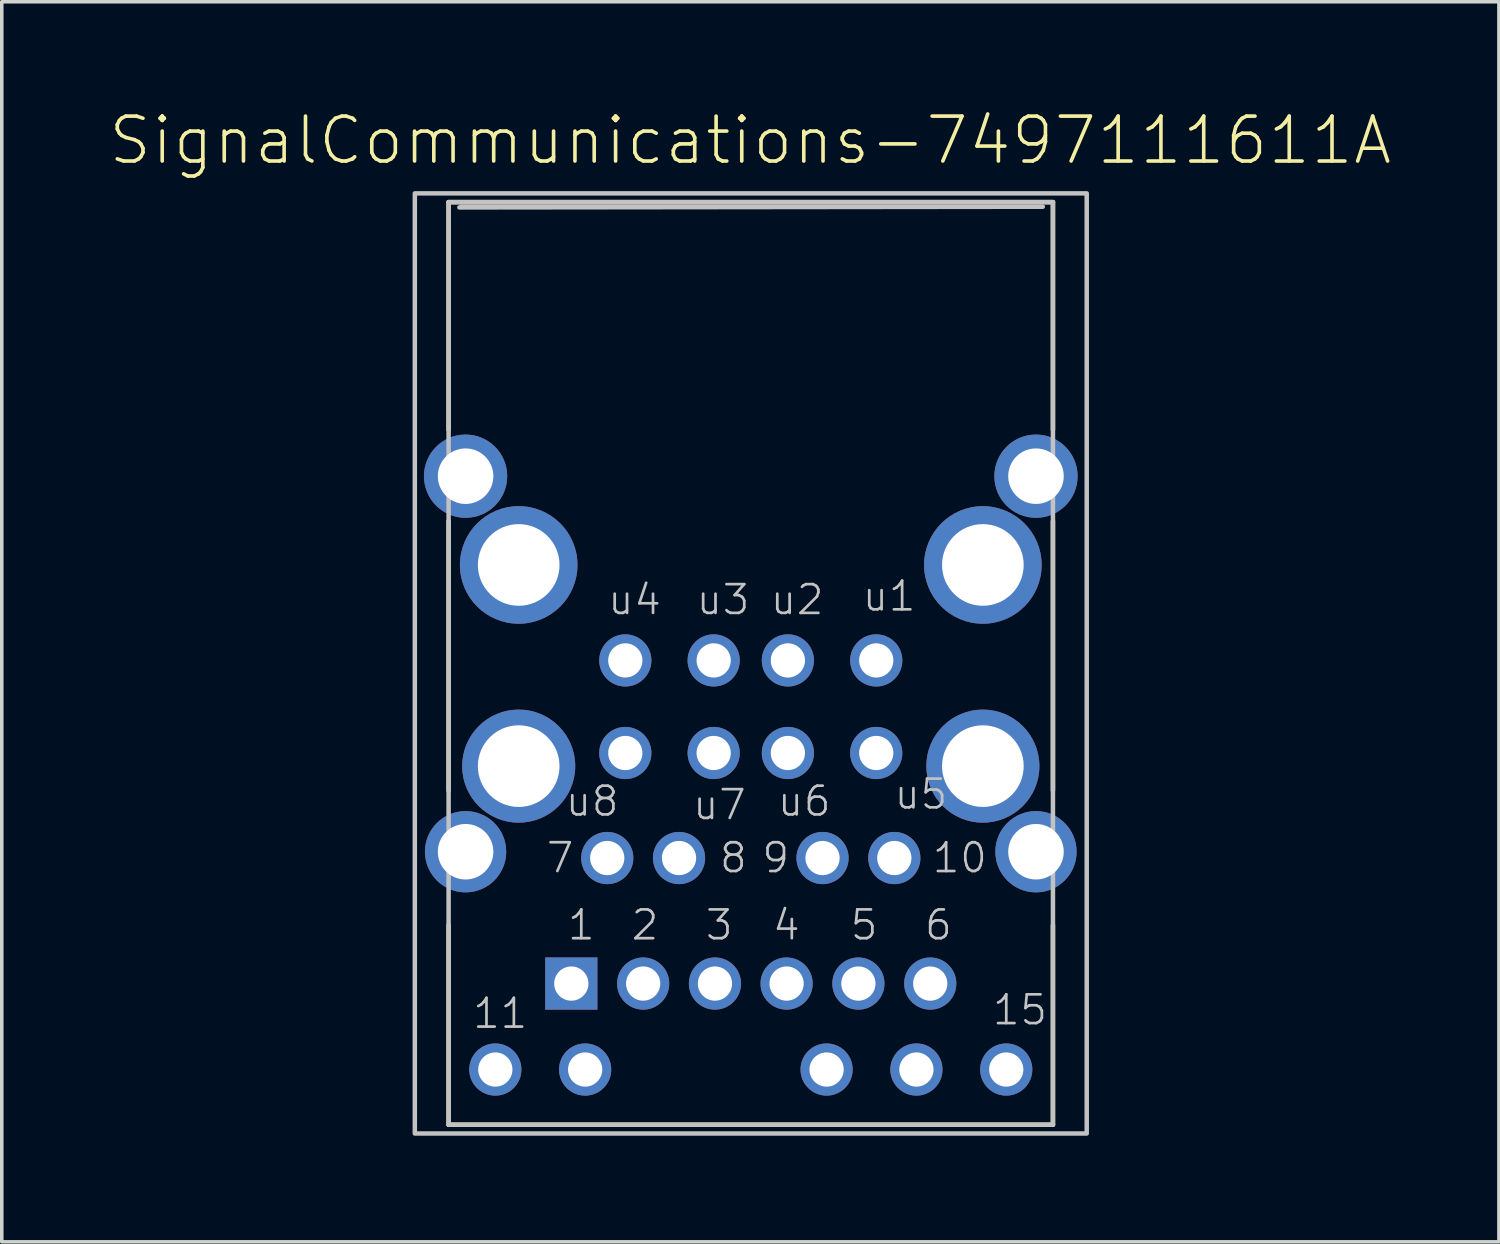
<source format=kicad_pcb>
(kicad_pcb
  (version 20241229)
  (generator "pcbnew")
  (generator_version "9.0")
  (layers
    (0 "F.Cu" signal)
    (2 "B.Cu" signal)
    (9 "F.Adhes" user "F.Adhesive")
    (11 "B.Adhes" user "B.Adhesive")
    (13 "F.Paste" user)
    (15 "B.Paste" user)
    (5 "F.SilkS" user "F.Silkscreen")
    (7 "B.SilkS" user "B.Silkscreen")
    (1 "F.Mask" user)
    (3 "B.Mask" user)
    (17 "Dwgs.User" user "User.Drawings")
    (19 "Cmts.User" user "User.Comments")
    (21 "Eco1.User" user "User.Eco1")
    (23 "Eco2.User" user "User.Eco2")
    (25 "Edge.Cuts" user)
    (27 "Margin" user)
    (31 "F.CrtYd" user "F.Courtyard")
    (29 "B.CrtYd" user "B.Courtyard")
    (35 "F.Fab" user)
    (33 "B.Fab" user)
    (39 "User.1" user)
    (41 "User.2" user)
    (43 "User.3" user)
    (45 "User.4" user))
  (footprint "SignalCommunications-7497111611A"
    (layer "F.Cu")
    (at 18.181 10.416)
    (property "Reference" "SignalCommunications-7497111611A" (at -0.013 -9.495 0) (layer "F.SilkS") (effects (font (size 1.27 1.27) (thickness 0.102))))
    (attr exclude_from_pos_files exclude_from_bom)
    (fp_line (start -8.545 -7.75) (end 8.545 -7.75) (stroke (width 0.127) (type solid)) (layer "F.SilkS"))
    (fp_line (start -8.545 -1.308) (end -8.545 -7.75) (stroke (width 0.127) (type solid)) (layer "F.SilkS"))
    (fp_line (start -8.545 1.27) (end -8.545 8.89) (stroke (width 0.127) (type solid)) (layer "F.SilkS"))
    (fp_line (start -8.545 18.339) (end -8.545 12.7) (stroke (width 0.127) (type solid)) (layer "F.SilkS"))
    (fp_line (start 8.545 -7.75) (end 8.545 -1.308) (stroke (width 0.127) (type solid)) (layer "F.SilkS"))
    (fp_line (start 8.545 8.89) (end 8.545 1.27) (stroke (width 0.127) (type solid)) (layer "F.SilkS"))
    (fp_line (start 8.545 12.7) (end 8.545 18.339) (stroke (width 0.127) (type solid)) (layer "F.SilkS"))
    (fp_line (start 8.545 18.339) (end -8.545 18.339) (stroke (width 0.127) (type solid)) (layer "F.SilkS"))
    (fp_line (start -8.545 -7.75) (end -8.545 18.339) (stroke (width 0.127) (type solid)) (layer "Dwgs.User"))
    (fp_line (start -8.545 18.339) (end 8.545 18.339) (stroke (width 0.127) (type solid)) (layer "Dwgs.User"))
    (fp_line (start 8.545 -7.75) (end -8.545 -7.75) (stroke (width 0.127) (type solid)) (layer "Dwgs.User"))
    (fp_line (start 8.545 -7.75) (end 8.545 18.339) (stroke (width 0.127) (type solid)) (layer "Dwgs.User"))
    (fp_poly (pts (xy -8.179 -7.62) (xy 8.258 -7.62) (xy -8.24 -7.6) (xy -8.179 -7.62)) (stroke (width 0.127) (type solid)) (fill no) (layer "Dwgs.User"))
    (fp_poly (pts (xy -9.5 -7.998) (xy 9.5 -7.998) (xy 9.5 18.588) (xy -9.5 18.588) (xy -9.5 -7.998)) (stroke (width 0.127) (type solid)) (fill no) (layer "Dwgs.User"))
    (fp_text user "5" (at 3.205 12.692 0) (layer "Dwgs.User") (effects (font (size 0.813 0.813) (thickness 0.076))))
    (fp_text user "11" (at -7.087 15.192 0) (layer "Dwgs.User") (effects (font (size 0.813 0.813) (thickness 0.076))))
    (fp_text user "10" (at 5.911 10.792 0) (layer "Dwgs.User") (effects (font (size 0.813 0.813) (thickness 0.076))))
    (fp_text user "u3" (at -0.785 3.493 0) (layer "Dwgs.User") (effects (font (size 0.813 0.813) (thickness 0.076))))
    (fp_text user "4" (at 1.006 12.692 0) (layer "Dwgs.User") (effects (font (size 0.813 0.813) (thickness 0.076))))
    (fp_text user "7" (at -5.392 10.792 0) (layer "Dwgs.User") (effects (font (size 0.813 0.813) (thickness 0.076))))
    (fp_text user "15" (at 7.612 15.093 0) (layer "Dwgs.User") (effects (font (size 0.813 0.813) (thickness 0.076))))
    (fp_text user "8" (at -0.493 10.792 0) (layer "Dwgs.User") (effects (font (size 0.813 0.813) (thickness 0.076))))
    (fp_text user "6" (at 5.306 12.692 0) (layer "Dwgs.User") (effects (font (size 0.813 0.813) (thickness 0.076))))
    (fp_text user "9" (at 0.706 10.792 0) (layer "Dwgs.User") (effects (font (size 0.813 0.813) (thickness 0.076))))
    (fp_text user "u8" (at -4.486 9.192 0) (layer "Dwgs.User") (effects (font (size 0.813 0.813) (thickness 0.076))))
    (fp_text user "u5" (at 4.811 8.992 0) (layer "Dwgs.User") (effects (font (size 0.813 0.813) (thickness 0.076))))
    (fp_text user "3" (at -0.892 12.692 0) (layer "Dwgs.User") (effects (font (size 0.813 0.813) (thickness 0.076))))
    (fp_text user "u7" (at -0.886 9.291 0) (layer "Dwgs.User") (effects (font (size 0.813 0.813) (thickness 0.076))))
    (fp_text user "u4" (at -3.287 3.493 0) (layer "Dwgs.User") (effects (font (size 0.813 0.813) (thickness 0.076))))
    (fp_text user "u6" (at 1.511 9.192 0) (layer "Dwgs.User") (effects (font (size 0.813 0.813) (thickness 0.076))))
    (fp_text user "2" (at -2.992 12.692 0) (layer "Dwgs.User") (effects (font (size 0.813 0.813) (thickness 0.076))))
    (fp_text user "u2" (at 1.311 3.493 0) (layer "Dwgs.User") (effects (font (size 0.813 0.813) (thickness 0.076))))
    (fp_text user "1" (at -4.793 12.692 0) (layer "Dwgs.User") (effects (font (size 0.813 0.813) (thickness 0.076))))
    (fp_text user "u1" (at 3.912 3.393 0) (layer "Dwgs.User") (effects (font (size 0.813 0.813) (thickness 0.076))))
    (pad "1" thru_hole rect (at -5.075 14.348) (size 1.476 1.476) (drill 0.968) (layers "*.Cu" "*.Paste" "*.Mask"))
    (pad "2" thru_hole circle (at -3.043 14.348) (size 1.476 1.476) (drill 0.968) (layers "*.Cu" "*.Paste" "*.Mask"))
    (pad "3" thru_hole circle (at -1.013 14.348) (size 1.476 1.476) (drill 0.968) (layers "*.Cu" "*.Paste" "*.Mask"))
    (pad "4" thru_hole circle (at 1.013 14.348) (size 1.476 1.476) (drill 0.968) (layers "*.Cu" "*.Paste" "*.Mask"))
    (pad "5" thru_hole circle (at 3.043 14.348) (size 1.476 1.476) (drill 0.968) (layers "*.Cu" "*.Paste" "*.Mask"))
    (pad "6" thru_hole circle (at 5.075 14.348) (size 1.476 1.476) (drill 0.968) (layers "*.Cu" "*.Paste" "*.Mask"))
    (pad "7" thru_hole circle (at -4.059 10.798) (size 1.476 1.476) (drill 0.968) (layers "*.Cu" "*.Paste" "*.Mask"))
    (pad "8" thru_hole circle (at -2.029 10.798) (size 1.476 1.476) (drill 0.968) (layers "*.Cu" "*.Paste" "*.Mask"))
    (pad "9" thru_hole circle (at 2.029 10.798) (size 1.476 1.476) (drill 0.968) (layers "*.Cu" "*.Paste" "*.Mask"))
    (pad "10" thru_hole circle (at 4.059 10.798) (size 1.476 1.476) (drill 0.968) (layers "*.Cu" "*.Paste" "*.Mask"))
    (pad "11" thru_hole circle (at -7.224 16.779) (size 1.476 1.476) (drill 0.968) (layers "*.Cu" "*.Paste" "*.Mask"))
    (pad "12" thru_hole circle (at -4.684 16.779) (size 1.476 1.476) (drill 0.968) (layers "*.Cu" "*.Paste" "*.Mask"))
    (pad "14" thru_hole circle (at 2.144 16.779) (size 1.476 1.476) (drill 0.968) (layers "*.Cu" "*.Paste" "*.Mask"))
    (pad "15" thru_hole circle (at 4.684 16.779) (size 1.476 1.476) (drill 0.968) (layers "*.Cu" "*.Paste" "*.Mask"))
    (pad "16" thru_hole circle (at 7.224 16.779) (size 1.476 1.476) (drill 0.968) (layers "*.Cu" "*.Paste" "*.Mask"))
    (pad "U2" thru_hole circle (at 1.049 5.21) (size 1.476 1.476) (drill 0.968) (layers "*.Cu" "*.Paste" "*.Mask"))
    (pad "U3" thru_hole circle (at -1.049 5.21) (size 1.476 1.476) (drill 0.968) (layers "*.Cu" "*.Paste" "*.Mask"))
    (pad "U5" thru_hole circle (at 3.548 7.828) (size 1.476 1.476) (drill 0.968) (layers "*.Cu" "*.Paste" "*.Mask"))
    (pad "U6" thru_hole circle (at 1.049 7.828) (size 1.476 1.476) (drill 0.968) (layers "*.Cu" "*.Paste" "*.Mask"))
    (pad "U7" thru_hole circle (at -1.049 7.828) (size 1.476 1.476) (drill 0.968) (layers "*.Cu" "*.Paste" "*.Mask"))
    (pad "U8" thru_hole circle (at -3.548 7.828) (size 1.476 1.476) (drill 0.968) (layers "*.Cu" "*.Paste" "*.Mask"))
    (pad "US1" thru_hole circle (at 3.548 5.21) (size 1.476 1.476) (drill 0.968) (layers "*.Cu" "*.Paste" "*.Mask"))
    (pad "USB1" thru_hole circle (at -3.548 5.21) (size 1.476 1.476) (drill 0.968) (layers "*.Cu" "*.Paste" "*.Mask"))
    (pad "Z1" thru_hole circle (at -8.065 0) (size 2.355 2.355) (drill 1.57) (layers "*.Cu" "*.Paste" "*.Mask"))
    (pad "Z2" thru_hole circle (at -8.065 10.62) (size 2.299 2.299) (drill 1.57) (layers "*.Cu" "*.Paste" "*.Mask"))
    (pad "Z3" thru_hole circle (at 8.065 10.62) (size 2.299 2.299) (drill 1.57) (layers "*.Cu" "*.Paste" "*.Mask"))
    (pad "Z4" thru_hole circle (at 8.065 0) (size 2.355 2.355) (drill 1.57) (layers "*.Cu" "*.Paste" "*.Mask"))
    (pad "Z5" thru_hole circle (at -6.563 2.51) (size 3.325 3.325) (drill 2.309) (layers "*.Cu" "*.Paste" "*.Mask"))
    (pad "Z6" thru_hole circle (at 6.563 2.51) (size 3.325 3.325) (drill 2.309) (layers "*.Cu" "*.Paste" "*.Mask"))
    (pad "Z7" thru_hole circle (at -6.563 8.199) (size 3.198 3.198) (drill 2.309) (layers "*.Cu" "*.Paste" "*.Mask"))
    (pad "Z8" thru_hole circle (at 6.563 8.199) (size 3.198 3.198) (drill 2.309) (layers "*.Cu" "*.Paste" "*.Mask")))
  (gr_rect
    (start -3 -3)
    (end 39.337 32.067)
    (stroke (width 0.1) (type default))
    (fill no)
    (layer "Edge.Cuts")))
</source>
